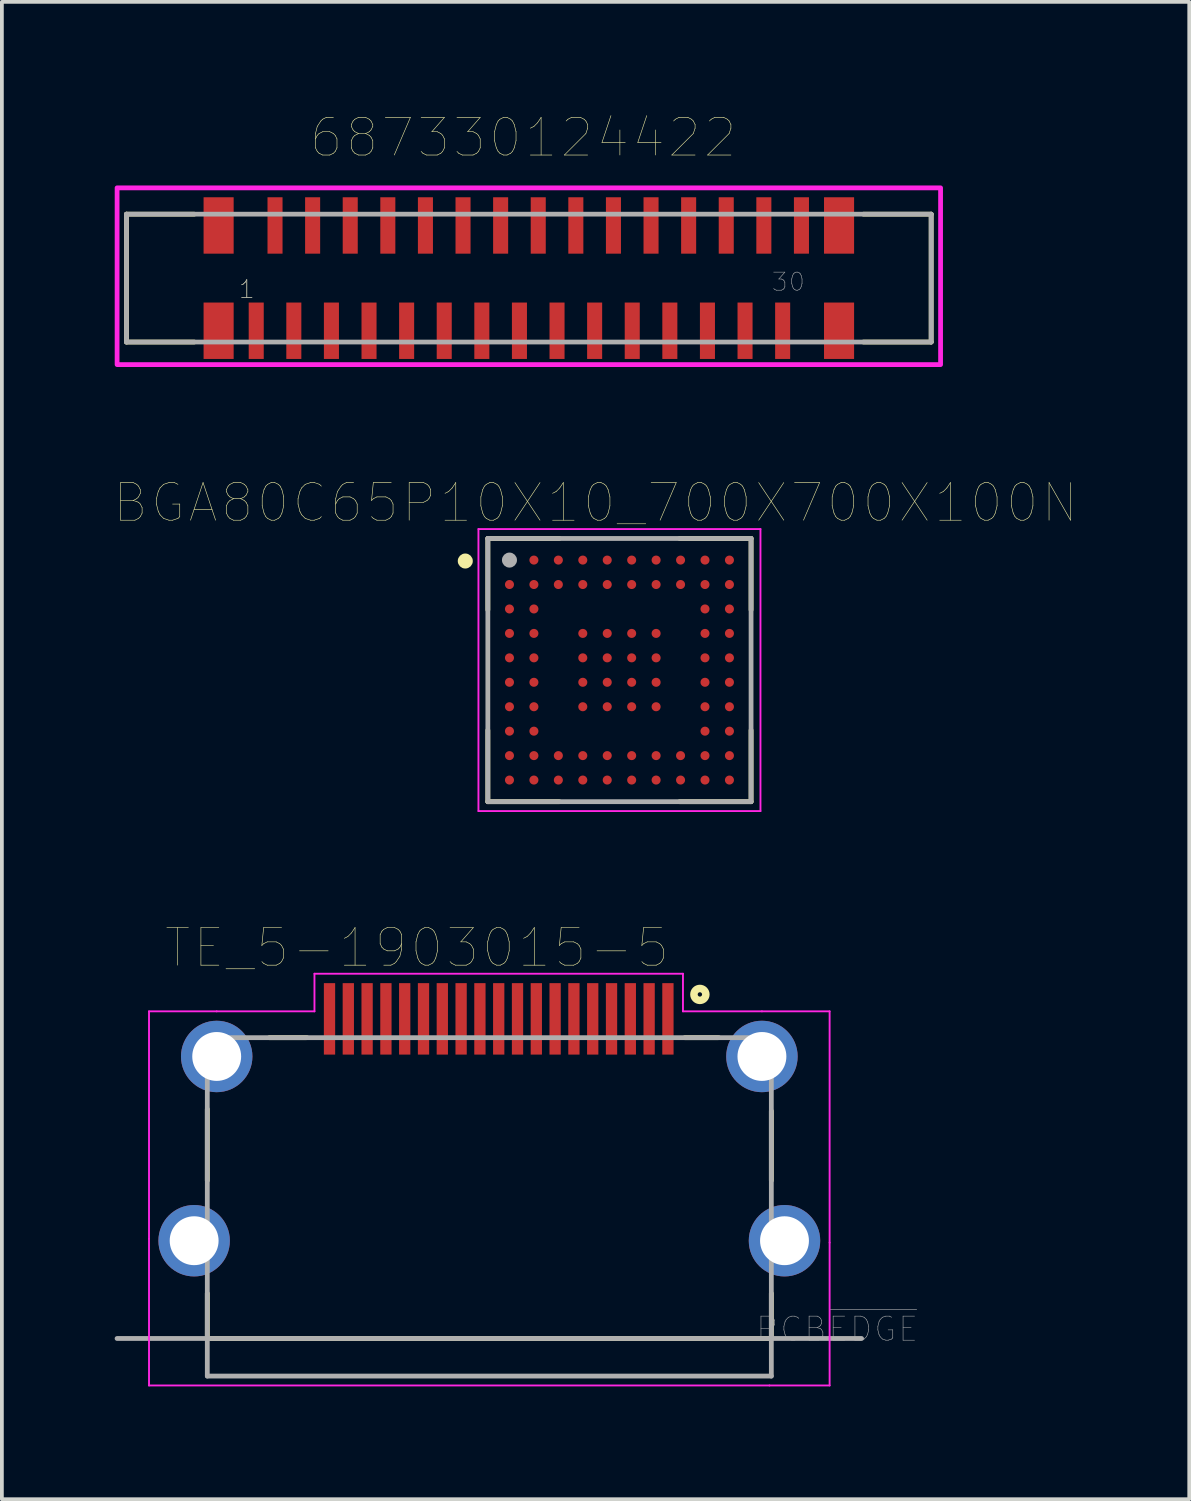
<source format=kicad_pcb>
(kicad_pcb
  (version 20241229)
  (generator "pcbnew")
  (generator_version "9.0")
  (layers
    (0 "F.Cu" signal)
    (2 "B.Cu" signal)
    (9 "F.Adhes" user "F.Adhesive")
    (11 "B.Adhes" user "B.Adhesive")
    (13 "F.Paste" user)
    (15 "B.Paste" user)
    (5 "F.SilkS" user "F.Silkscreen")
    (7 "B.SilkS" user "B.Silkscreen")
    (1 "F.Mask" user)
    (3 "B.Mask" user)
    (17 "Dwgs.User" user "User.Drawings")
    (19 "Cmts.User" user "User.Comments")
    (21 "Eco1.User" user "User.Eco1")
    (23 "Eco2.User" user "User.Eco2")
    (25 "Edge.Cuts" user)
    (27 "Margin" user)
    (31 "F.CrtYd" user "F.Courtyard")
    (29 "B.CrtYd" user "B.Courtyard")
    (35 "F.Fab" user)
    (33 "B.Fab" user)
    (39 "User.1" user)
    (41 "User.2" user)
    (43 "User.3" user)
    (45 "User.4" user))
  (footprint "TE_5-1903015-5"
    (layer "F.Cu")
    (at 9.963 29.046)
    (property "Reference" "TE_5-1903015-5" (at -1.926 -6.89 0) (layer "F.SilkS") (effects (font (size 1.001 1.001) (thickness 0.015))))
    (attr through_hole)
    (fp_line (start -7.5 -2.6) (end -7.5 -0.7) (stroke (width 0.127) (type solid)) (layer "F.SilkS"))
    (fp_line (start -7.5 3.5) (end -7.5 2.3) (stroke (width 0.127) (type solid)) (layer "F.SilkS"))
    (fp_line (start -7.5 3.5) (end 7.5 3.5) (stroke (width 0.127) (type solid)) (layer "F.SilkS"))
    (fp_line (start -5.85 -4.5) (end -4.85 -4.5) (stroke (width 0.127) (type solid)) (layer "F.SilkS"))
    (fp_line (start 5.2 -4.5) (end 6.1 -4.5) (stroke (width 0.127) (type solid)) (layer "F.SilkS"))
    (fp_line (start 7.5 -0.7) (end 7.5 -2.55) (stroke (width 0.127) (type solid)) (layer "F.SilkS"))
    (fp_line (start 7.5 3.5) (end 7.5 2.3) (stroke (width 0.127) (type solid)) (layer "F.SilkS"))
    (fp_circle (center 5.6 -5.65) (end 5.758 -5.65) (stroke (width 0.2) (type solid)) (fill no) (layer "F.SilkS"))
    (fp_line (start -9.05 -5.2) (end -7.25 -5.2) (stroke (width 0.05) (type solid)) (layer "F.CrtYd"))
    (fp_line (start -9.05 0.85) (end -9.05 -5.2) (stroke (width 0.05) (type solid)) (layer "F.CrtYd"))
    (fp_line (start -9.05 4.75) (end -9.05 0.85) (stroke (width 0.05) (type solid)) (layer "F.CrtYd"))
    (fp_line (start -7.25 -5.2) (end -4.65 -5.2) (stroke (width 0.05) (type solid)) (layer "F.CrtYd"))
    (fp_line (start -4.65 -6.2) (end 5.15 -6.2) (stroke (width 0.05) (type solid)) (layer "F.CrtYd"))
    (fp_line (start -4.65 -5.2) (end -4.65 -6.2) (stroke (width 0.05) (type solid)) (layer "F.CrtYd"))
    (fp_line (start 5.15 -6.2) (end 5.15 -5.2) (stroke (width 0.05) (type solid)) (layer "F.CrtYd"))
    (fp_line (start 5.15 -5.2) (end 7.25 -5.2) (stroke (width 0.05) (type solid)) (layer "F.CrtYd"))
    (fp_line (start 7.25 -5.2) (end 9.05 -5.2) (stroke (width 0.05) (type solid)) (layer "F.CrtYd"))
    (fp_line (start 7.45 4.75) (end -9.05 4.75) (stroke (width 0.05) (type solid)) (layer "F.CrtYd"))
    (fp_line (start 9.05 -5.2) (end 9.05 0.95) (stroke (width 0.05) (type solid)) (layer "F.CrtYd"))
    (fp_line (start 9.05 0.95) (end 9.05 4.75) (stroke (width 0.05) (type solid)) (layer "F.CrtYd"))
    (fp_line (start 9.05 4.75) (end 7.45 4.75) (stroke (width 0.05) (type solid)) (layer "F.CrtYd"))
    (fp_line (start -9.9 3.5) (end 9.9 3.5) (stroke (width 0.127) (type solid)) (layer "F.Fab"))
    (fp_line (start -7.5 -4.5) (end 7.5 -4.5) (stroke (width 0.127) (type solid)) (layer "F.Fab"))
    (fp_line (start -7.5 4.5) (end -7.5 -4.5) (stroke (width 0.127) (type solid)) (layer "F.Fab"))
    (fp_line (start -7.5 4.5) (end 7.5 4.5) (stroke (width 0.127) (type solid)) (layer "F.Fab"))
    (fp_line (start 7.5 -4.5) (end 7.5 4.5) (stroke (width 0.127) (type solid)) (layer "F.Fab"))
    (fp_text user "PCB~{EDGE}" (at 9.251 3.25 0) (layer "F.Fab") (effects (font (size 0.64 0.64) (thickness 0.015))))
    (pad "1" smd rect (at 4.75 -5) (size 0.3 1.9) (layers "F.Cu" "F.Mask" "F.Paste"))
    (pad "2" smd rect (at 4.25 -5) (size 0.3 1.9) (layers "F.Cu" "F.Mask" "F.Paste"))
    (pad "3" smd rect (at 3.75 -5) (size 0.3 1.9) (layers "F.Cu" "F.Mask" "F.Paste"))
    (pad "4" smd rect (at 3.25 -5) (size 0.3 1.9) (layers "F.Cu" "F.Mask" "F.Paste"))
    (pad "5" smd rect (at 2.75 -5) (size 0.3 1.9) (layers "F.Cu" "F.Mask" "F.Paste"))
    (pad "6" smd rect (at 2.25 -5) (size 0.3 1.9) (layers "F.Cu" "F.Mask" "F.Paste"))
    (pad "7" smd rect (at 1.75 -5) (size 0.3 1.9) (layers "F.Cu" "F.Mask" "F.Paste"))
    (pad "8" smd rect (at 1.25 -5) (size 0.3 1.9) (layers "F.Cu" "F.Mask" "F.Paste"))
    (pad "9" smd rect (at 0.75 -5) (size 0.3 1.9) (layers "F.Cu" "F.Mask" "F.Paste"))
    (pad "10" smd rect (at 0.25 -5) (size 0.3 1.9) (layers "F.Cu" "F.Mask" "F.Paste"))
    (pad "11" smd rect (at -0.25 -5) (size 0.3 1.9) (layers "F.Cu" "F.Mask" "F.Paste"))
    (pad "12" smd rect (at -0.75 -5) (size 0.3 1.9) (layers "F.Cu" "F.Mask" "F.Paste"))
    (pad "13" smd rect (at -1.25 -5) (size 0.3 1.9) (layers "F.Cu" "F.Mask" "F.Paste"))
    (pad "14" smd rect (at -1.75 -5) (size 0.3 1.9) (layers "F.Cu" "F.Mask" "F.Paste"))
    (pad "15" smd rect (at -2.25 -5) (size 0.3 1.9) (layers "F.Cu" "F.Mask" "F.Paste"))
    (pad "16" smd rect (at -2.75 -5) (size 0.3 1.9) (layers "F.Cu" "F.Mask" "F.Paste"))
    (pad "17" smd rect (at -3.25 -5) (size 0.3 1.9) (layers "F.Cu" "F.Mask" "F.Paste"))
    (pad "18" smd rect (at -3.75 -5) (size 0.3 1.9) (layers "F.Cu" "F.Mask" "F.Paste"))
    (pad "19" smd rect (at -4.25 -5) (size 0.3 1.9) (layers "F.Cu" "F.Mask" "F.Paste"))
    (pad "S1" thru_hole circle (at 7.25 -4) (size 1.9 1.9) (drill 1.3) (layers "*.Cu" "*.Mask"))
    (pad "S2" thru_hole circle (at -7.25 -4) (size 1.9 1.9) (drill 1.3) (layers "*.Cu" "*.Mask"))
    (pad "S3" thru_hole circle (at -7.85 0.9) (size 1.9 1.9) (drill 1.3) (layers "*.Cu" "*.Mask"))
    (pad "S4" thru_hole circle (at 7.85 0.9) (size 1.9 1.9) (drill 1.3) (layers "*.Cu" "*.Mask")))
  (footprint "687330124422"
    (layer "F.Cu")
    (at 11.014 4.346)
    (property "Reference" "687330124422" (at -0.15 -3.735 0) (layer "F.SilkS") (effects (font (size 1 1) (thickness 0.015))))
    (attr through_hole)
    (fp_line (start -10.7 -1.7) (end -10.7 1.7) (stroke (width 0.127) (type solid)) (layer "F.SilkS"))
    (fp_line (start -10.7 1.7) (end -8.9 1.7) (stroke (width 0.127) (type solid)) (layer "F.SilkS"))
    (fp_line (start -8.9 -1.7) (end -10.7 -1.7) (stroke (width 0.127) (type solid)) (layer "F.SilkS"))
    (fp_line (start 8.9 -1.7) (end 10.7 -1.7) (stroke (width 0.127) (type solid)) (layer "F.SilkS"))
    (fp_line (start 10.7 -1.7) (end 10.7 1.7) (stroke (width 0.127) (type solid)) (layer "F.SilkS"))
    (fp_line (start 10.7 1.7) (end 8.9 1.7) (stroke (width 0.127) (type solid)) (layer "F.SilkS"))
    (fp_poly (pts (xy -10.95 -2.4) (xy 10.95 -2.4) (xy 10.95 2.3) (xy -10.95 2.3)) (stroke (width 0.127) (type solid)) (fill no) (layer "F.CrtYd"))
    (fp_line (start -10.7 -1.7) (end -10.7 1.7) (stroke (width 0.127) (type solid)) (layer "F.Fab"))
    (fp_line (start -10.7 1.7) (end 10.7 1.7) (stroke (width 0.127) (type solid)) (layer "F.Fab"))
    (fp_line (start 10.7 -1.7) (end -10.7 -1.7) (stroke (width 0.127) (type solid)) (layer "F.Fab"))
    (fp_line (start 10.7 1.7) (end 10.7 -1.7) (stroke (width 0.127) (type solid)) (layer "F.Fab"))
    (fp_text user "1" (at -7.5 0.3 0) (layer "F.SilkS") (effects (font (size 0.48 0.48) (thickness 0.015))))
    (fp_text user "30" (at 6.9 0.1 0) (layer "F.Fab") (effects (font (size 0.48 0.48) (thickness 0.015))))
    (fp_text user "1" (at -7.5 0.3 0) (layer "F.Fab") (effects (font (size 0.48 0.48) (thickness 0.015))))
    (pad "1" smd rect (at -7.25 1.4) (size 0.4 1.5) (layers "F.Cu" "F.Mask" "F.Paste"))
    (pad "2" smd rect (at -6.75 -1.4) (size 0.4 1.5) (layers "F.Cu" "F.Mask" "F.Paste"))
    (pad "3" smd rect (at -6.25 1.4) (size 0.4 1.5) (layers "F.Cu" "F.Mask" "F.Paste"))
    (pad "4" smd rect (at -5.75 -1.4) (size 0.4 1.5) (layers "F.Cu" "F.Mask" "F.Paste"))
    (pad "5" smd rect (at -5.25 1.4) (size 0.4 1.5) (layers "F.Cu" "F.Mask" "F.Paste"))
    (pad "6" smd rect (at -4.75 -1.4) (size 0.4 1.5) (layers "F.Cu" "F.Mask" "F.Paste"))
    (pad "7" smd rect (at -4.25 1.4) (size 0.4 1.5) (layers "F.Cu" "F.Mask" "F.Paste"))
    (pad "8" smd rect (at -3.75 -1.4) (size 0.4 1.5) (layers "F.Cu" "F.Mask" "F.Paste"))
    (pad "9" smd rect (at -3.25 1.4) (size 0.4 1.5) (layers "F.Cu" "F.Mask" "F.Paste"))
    (pad "10" smd rect (at -2.75 -1.4) (size 0.4 1.5) (layers "F.Cu" "F.Mask" "F.Paste"))
    (pad "11" smd rect (at -2.25 1.4) (size 0.4 1.5) (layers "F.Cu" "F.Mask" "F.Paste"))
    (pad "12" smd rect (at -1.75 -1.4) (size 0.4 1.5) (layers "F.Cu" "F.Mask" "F.Paste"))
    (pad "13" smd rect (at -1.25 1.4) (size 0.4 1.5) (layers "F.Cu" "F.Mask" "F.Paste"))
    (pad "14" smd rect (at -0.75 -1.4) (size 0.4 1.5) (layers "F.Cu" "F.Mask" "F.Paste"))
    (pad "15" smd rect (at -0.25 1.4) (size 0.4 1.5) (layers "F.Cu" "F.Mask" "F.Paste"))
    (pad "16" smd rect (at 0.25 -1.4) (size 0.4 1.5) (layers "F.Cu" "F.Mask" "F.Paste"))
    (pad "17" smd rect (at 0.75 1.4) (size 0.4 1.5) (layers "F.Cu" "F.Mask" "F.Paste"))
    (pad "18" smd rect (at 1.25 -1.4) (size 0.4 1.5) (layers "F.Cu" "F.Mask" "F.Paste"))
    (pad "19" smd rect (at 1.75 1.4) (size 0.4 1.5) (layers "F.Cu" "F.Mask" "F.Paste"))
    (pad "20" smd rect (at 2.25 -1.4) (size 0.4 1.5) (layers "F.Cu" "F.Mask" "F.Paste"))
    (pad "21" smd rect (at 2.75 1.4) (size 0.4 1.5) (layers "F.Cu" "F.Mask" "F.Paste"))
    (pad "22" smd rect (at 3.25 -1.4) (size 0.4 1.5) (layers "F.Cu" "F.Mask" "F.Paste"))
    (pad "23" smd rect (at 3.75 1.4) (size 0.4 1.5) (layers "F.Cu" "F.Mask" "F.Paste"))
    (pad "24" smd rect (at 4.25 -1.4) (size 0.4 1.5) (layers "F.Cu" "F.Mask" "F.Paste"))
    (pad "25" smd rect (at 4.75 1.4) (size 0.4 1.5) (layers "F.Cu" "F.Mask" "F.Paste"))
    (pad "26" smd rect (at 5.25 -1.4) (size 0.4 1.5) (layers "F.Cu" "F.Mask" "F.Paste"))
    (pad "27" smd rect (at 5.75 1.4) (size 0.4 1.5) (layers "F.Cu" "F.Mask" "F.Paste"))
    (pad "28" smd rect (at 6.25 -1.4) (size 0.4 1.5) (layers "F.Cu" "F.Mask" "F.Paste"))
    (pad "29" smd rect (at 6.75 1.4) (size 0.4 1.5) (layers "F.Cu" "F.Mask" "F.Paste"))
    (pad "30" smd rect (at 7.25 -1.4) (size 0.4 1.5) (layers "F.Cu" "F.Mask" "F.Paste"))
    (pad "Z1" smd rect (at -8.25 -1.4) (size 0.8 1.5) (layers "F.Cu" "F.Mask" "F.Paste"))
    (pad "Z2" smd rect (at -8.25 1.4) (size 0.8 1.5) (layers "F.Cu" "F.Mask" "F.Paste"))
    (pad "Z3" smd rect (at 8.25 1.4) (size 0.8 1.5) (layers "F.Cu" "F.Mask" "F.Paste"))
    (pad "Z4" smd rect (at 8.25 -1.4) (size 0.8 1.5) (layers "F.Cu" "F.Mask" "F.Paste")))
  (footprint "BGA80C65P10X10_700X700X100N"
    (layer "F.Cu")
    (at 13.424 14.77)
    (property "Reference" "BGA80C65P10X10_700X700X100N" (at -0.635 -4.448 0) (layer "F.SilkS") (effects (font (size 1.001 1.001) (thickness 0.015))))
    (attr through_hole)
    (fp_line (start -3.5 -3.5) (end -3.5 -1.6) (stroke (width 0.127) (type solid)) (layer "F.SilkS"))
    (fp_line (start -3.5 1.6) (end -3.5 3.5) (stroke (width 0.127) (type solid)) (layer "F.SilkS"))
    (fp_line (start -3.5 3.5) (end -1.6 3.5) (stroke (width 0.127) (type solid)) (layer "F.SilkS"))
    (fp_line (start -1.6 -3.5) (end -3.5 -3.5) (stroke (width 0.127) (type solid)) (layer "F.SilkS"))
    (fp_line (start 1.6 -3.5) (end 3.5 -3.5) (stroke (width 0.127) (type solid)) (layer "F.SilkS"))
    (fp_line (start 1.6 3.5) (end 3.5 3.5) (stroke (width 0.127) (type solid)) (layer "F.SilkS"))
    (fp_line (start 3.5 -3.5) (end 3.5 -1.6) (stroke (width 0.127) (type solid)) (layer "F.SilkS"))
    (fp_line (start 3.5 3.5) (end 3.5 1.6) (stroke (width 0.127) (type solid)) (layer "F.SilkS"))
    (fp_circle (center -4.1 -2.9) (end -4 -2.9) (stroke (width 0.2) (type solid)) (fill no) (layer "F.SilkS"))
    (fp_line (start -3.75 -3.75) (end 3.75 -3.75) (stroke (width 0.05) (type solid)) (layer "F.CrtYd"))
    (fp_line (start -3.75 3.75) (end -3.75 -3.75) (stroke (width 0.05) (type solid)) (layer "F.CrtYd"))
    (fp_line (start 3.75 -3.75) (end 3.75 3.75) (stroke (width 0.05) (type solid)) (layer "F.CrtYd"))
    (fp_line (start 3.75 3.75) (end -3.75 3.75) (stroke (width 0.05) (type solid)) (layer "F.CrtYd"))
    (fp_line (start -3.5 -3.5) (end 3.5 -3.5) (stroke (width 0.127) (type solid)) (layer "F.Fab"))
    (fp_line (start -3.5 3.5) (end -3.5 -3.5) (stroke (width 0.127) (type solid)) (layer "F.Fab"))
    (fp_line (start 3.5 -3.5) (end 3.5 3.5) (stroke (width 0.127) (type solid)) (layer "F.Fab"))
    (fp_line (start 3.5 3.5) (end -3.5 3.5) (stroke (width 0.127) (type solid)) (layer "F.Fab"))
    (fp_circle (center -2.925 -2.925) (end -2.825 -2.925) (stroke (width 0.2) (type solid)) (fill no) (layer "F.Fab"))
    (pad "A1" smd circle (at -2.925 -2.925) (size 0.24 0.24) (layers "F.Cu" "F.Mask" "F.Paste"))
    (pad "A2" smd circle (at -2.275 -2.925) (size 0.24 0.24) (layers "F.Cu" "F.Mask" "F.Paste"))
    (pad "A3" smd circle (at -1.625 -2.925) (size 0.24 0.24) (layers "F.Cu" "F.Mask" "F.Paste"))
    (pad "A4" smd circle (at -0.975 -2.925) (size 0.24 0.24) (layers "F.Cu" "F.Mask" "F.Paste"))
    (pad "A5" smd circle (at -0.325 -2.925) (size 0.24 0.24) (layers "F.Cu" "F.Mask" "F.Paste"))
    (pad "A6" smd circle (at 0.325 -2.925) (size 0.24 0.24) (layers "F.Cu" "F.Mask" "F.Paste"))
    (pad "A7" smd circle (at 0.975 -2.925) (size 0.24 0.24) (layers "F.Cu" "F.Mask" "F.Paste"))
    (pad "A8" smd circle (at 1.625 -2.925) (size 0.24 0.24) (layers "F.Cu" "F.Mask" "F.Paste"))
    (pad "A9" smd circle (at 2.275 -2.925) (size 0.24 0.24) (layers "F.Cu" "F.Mask" "F.Paste"))
    (pad "A10" smd circle (at 2.925 -2.925) (size 0.24 0.24) (layers "F.Cu" "F.Mask" "F.Paste"))
    (pad "B1" smd circle (at -2.925 -2.275) (size 0.24 0.24) (layers "F.Cu" "F.Mask" "F.Paste"))
    (pad "B2" smd circle (at -2.275 -2.275) (size 0.24 0.24) (layers "F.Cu" "F.Mask" "F.Paste"))
    (pad "B3" smd circle (at -1.625 -2.275) (size 0.24 0.24) (layers "F.Cu" "F.Mask" "F.Paste"))
    (pad "B4" smd circle (at -0.975 -2.275) (size 0.24 0.24) (layers "F.Cu" "F.Mask" "F.Paste"))
    (pad "B5" smd circle (at -0.325 -2.275) (size 0.24 0.24) (layers "F.Cu" "F.Mask" "F.Paste"))
    (pad "B6" smd circle (at 0.325 -2.275) (size 0.24 0.24) (layers "F.Cu" "F.Mask" "F.Paste"))
    (pad "B7" smd circle (at 0.975 -2.275) (size 0.24 0.24) (layers "F.Cu" "F.Mask" "F.Paste"))
    (pad "B8" smd circle (at 1.625 -2.275) (size 0.24 0.24) (layers "F.Cu" "F.Mask" "F.Paste"))
    (pad "B9" smd circle (at 2.275 -2.275) (size 0.24 0.24) (layers "F.Cu" "F.Mask" "F.Paste"))
    (pad "B10" smd circle (at 2.925 -2.275) (size 0.24 0.24) (layers "F.Cu" "F.Mask" "F.Paste"))
    (pad "C1" smd circle (at -2.925 -1.625) (size 0.24 0.24) (layers "F.Cu" "F.Mask" "F.Paste"))
    (pad "C2" smd circle (at -2.275 -1.625) (size 0.24 0.24) (layers "F.Cu" "F.Mask" "F.Paste"))
    (pad "C9" smd circle (at 2.275 -1.625) (size 0.24 0.24) (layers "F.Cu" "F.Mask" "F.Paste"))
    (pad "C10" smd circle (at 2.925 -1.625) (size 0.24 0.24) (layers "F.Cu" "F.Mask" "F.Paste"))
    (pad "D1" smd circle (at -2.925 -0.975) (size 0.24 0.24) (layers "F.Cu" "F.Mask" "F.Paste"))
    (pad "D2" smd circle (at -2.275 -0.975) (size 0.24 0.24) (layers "F.Cu" "F.Mask" "F.Paste"))
    (pad "D4" smd circle (at -0.975 -0.975) (size 0.24 0.24) (layers "F.Cu" "F.Mask" "F.Paste"))
    (pad "D5" smd circle (at -0.325 -0.975) (size 0.24 0.24) (layers "F.Cu" "F.Mask" "F.Paste"))
    (pad "D6" smd circle (at 0.325 -0.975) (size 0.24 0.24) (layers "F.Cu" "F.Mask" "F.Paste"))
    (pad "D7" smd circle (at 0.975 -0.975) (size 0.24 0.24) (layers "F.Cu" "F.Mask" "F.Paste"))
    (pad "D9" smd circle (at 2.275 -0.975) (size 0.24 0.24) (layers "F.Cu" "F.Mask" "F.Paste"))
    (pad "D10" smd circle (at 2.925 -0.975) (size 0.24 0.24) (layers "F.Cu" "F.Mask" "F.Paste"))
    (pad "E1" smd circle (at -2.925 -0.325) (size 0.24 0.24) (layers "F.Cu" "F.Mask" "F.Paste"))
    (pad "E2" smd circle (at -2.275 -0.325) (size 0.24 0.24) (layers "F.Cu" "F.Mask" "F.Paste"))
    (pad "E4" smd circle (at -0.975 -0.325) (size 0.24 0.24) (layers "F.Cu" "F.Mask" "F.Paste"))
    (pad "E5" smd circle (at -0.325 -0.325) (size 0.24 0.24) (layers "F.Cu" "F.Mask" "F.Paste"))
    (pad "E6" smd circle (at 0.325 -0.325) (size 0.24 0.24) (layers "F.Cu" "F.Mask" "F.Paste"))
    (pad "E7" smd circle (at 0.975 -0.325) (size 0.24 0.24) (layers "F.Cu" "F.Mask" "F.Paste"))
    (pad "E9" smd circle (at 2.275 -0.325) (size 0.24 0.24) (layers "F.Cu" "F.Mask" "F.Paste"))
    (pad "E10" smd circle (at 2.925 -0.325) (size 0.24 0.24) (layers "F.Cu" "F.Mask" "F.Paste"))
    (pad "F1" smd circle (at -2.925 0.325) (size 0.24 0.24) (layers "F.Cu" "F.Mask" "F.Paste"))
    (pad "F2" smd circle (at -2.275 0.325) (size 0.24 0.24) (layers "F.Cu" "F.Mask" "F.Paste"))
    (pad "F4" smd circle (at -0.975 0.325) (size 0.24 0.24) (layers "F.Cu" "F.Mask" "F.Paste"))
    (pad "F5" smd circle (at -0.325 0.325) (size 0.24 0.24) (layers "F.Cu" "F.Mask" "F.Paste"))
    (pad "F6" smd circle (at 0.325 0.325) (size 0.24 0.24) (layers "F.Cu" "F.Mask" "F.Paste"))
    (pad "F7" smd circle (at 0.975 0.325) (size 0.24 0.24) (layers "F.Cu" "F.Mask" "F.Paste"))
    (pad "F9" smd circle (at 2.275 0.325) (size 0.24 0.24) (layers "F.Cu" "F.Mask" "F.Paste"))
    (pad "F10" smd circle (at 2.925 0.325) (size 0.24 0.24) (layers "F.Cu" "F.Mask" "F.Paste"))
    (pad "G1" smd circle (at -2.925 0.975) (size 0.24 0.24) (layers "F.Cu" "F.Mask" "F.Paste"))
    (pad "G2" smd circle (at -2.275 0.975) (size 0.24 0.24) (layers "F.Cu" "F.Mask" "F.Paste"))
    (pad "G4" smd circle (at -0.975 0.975) (size 0.24 0.24) (layers "F.Cu" "F.Mask" "F.Paste"))
    (pad "G5" smd circle (at -0.325 0.975) (size 0.24 0.24) (layers "F.Cu" "F.Mask" "F.Paste"))
    (pad "G6" smd circle (at 0.325 0.975) (size 0.24 0.24) (layers "F.Cu" "F.Mask" "F.Paste"))
    (pad "G7" smd circle (at 0.975 0.975) (size 0.24 0.24) (layers "F.Cu" "F.Mask" "F.Paste"))
    (pad "G9" smd circle (at 2.275 0.975) (size 0.24 0.24) (layers "F.Cu" "F.Mask" "F.Paste"))
    (pad "G10" smd circle (at 2.925 0.975) (size 0.24 0.24) (layers "F.Cu" "F.Mask" "F.Paste"))
    (pad "H1" smd circle (at -2.925 1.625) (size 0.24 0.24) (layers "F.Cu" "F.Mask" "F.Paste"))
    (pad "H2" smd circle (at -2.275 1.625) (size 0.24 0.24) (layers "F.Cu" "F.Mask" "F.Paste"))
    (pad "H9" smd circle (at 2.275 1.625) (size 0.24 0.24) (layers "F.Cu" "F.Mask" "F.Paste"))
    (pad "H10" smd circle (at 2.925 1.625) (size 0.24 0.24) (layers "F.Cu" "F.Mask" "F.Paste"))
    (pad "J1" smd circle (at -2.925 2.275) (size 0.24 0.24) (layers "F.Cu" "F.Mask" "F.Paste"))
    (pad "J2" smd circle (at -2.275 2.275) (size 0.24 0.24) (layers "F.Cu" "F.Mask" "F.Paste"))
    (pad "J3" smd circle (at -1.625 2.275) (size 0.24 0.24) (layers "F.Cu" "F.Mask" "F.Paste"))
    (pad "J4" smd circle (at -0.975 2.275) (size 0.24 0.24) (layers "F.Cu" "F.Mask" "F.Paste"))
    (pad "J5" smd circle (at -0.325 2.275) (size 0.24 0.24) (layers "F.Cu" "F.Mask" "F.Paste"))
    (pad "J6" smd circle (at 0.325 2.275) (size 0.24 0.24) (layers "F.Cu" "F.Mask" "F.Paste"))
    (pad "J7" smd circle (at 0.975 2.275) (size 0.24 0.24) (layers "F.Cu" "F.Mask" "F.Paste"))
    (pad "J8" smd circle (at 1.625 2.275) (size 0.24 0.24) (layers "F.Cu" "F.Mask" "F.Paste"))
    (pad "J9" smd circle (at 2.275 2.275) (size 0.24 0.24) (layers "F.Cu" "F.Mask" "F.Paste"))
    (pad "J10" smd circle (at 2.925 2.275) (size 0.24 0.24) (layers "F.Cu" "F.Mask" "F.Paste"))
    (pad "K1" smd circle (at -2.925 2.925) (size 0.24 0.24) (layers "F.Cu" "F.Mask" "F.Paste"))
    (pad "K2" smd circle (at -2.275 2.925) (size 0.24 0.24) (layers "F.Cu" "F.Mask" "F.Paste"))
    (pad "K3" smd circle (at -1.625 2.925) (size 0.24 0.24) (layers "F.Cu" "F.Mask" "F.Paste"))
    (pad "K4" smd circle (at -0.975 2.925) (size 0.24 0.24) (layers "F.Cu" "F.Mask" "F.Paste"))
    (pad "K5" smd circle (at -0.325 2.925) (size 0.24 0.24) (layers "F.Cu" "F.Mask" "F.Paste"))
    (pad "K6" smd circle (at 0.325 2.925) (size 0.24 0.24) (layers "F.Cu" "F.Mask" "F.Paste"))
    (pad "K7" smd circle (at 0.975 2.925) (size 0.24 0.24) (layers "F.Cu" "F.Mask" "F.Paste"))
    (pad "K8" smd circle (at 1.625 2.925) (size 0.24 0.24) (layers "F.Cu" "F.Mask" "F.Paste"))
    (pad "K9" smd circle (at 2.275 2.925) (size 0.24 0.24) (layers "F.Cu" "F.Mask" "F.Paste"))
    (pad "K10" smd circle (at 2.925 2.925) (size 0.24 0.24) (layers "F.Cu" "F.Mask" "F.Paste")))
  (gr_rect
    (start -3 -3)
    (end 28.577 36.821)
    (stroke (width 0.1) (type default))
    (fill no)
    (layer "Edge.Cuts")))
</source>
